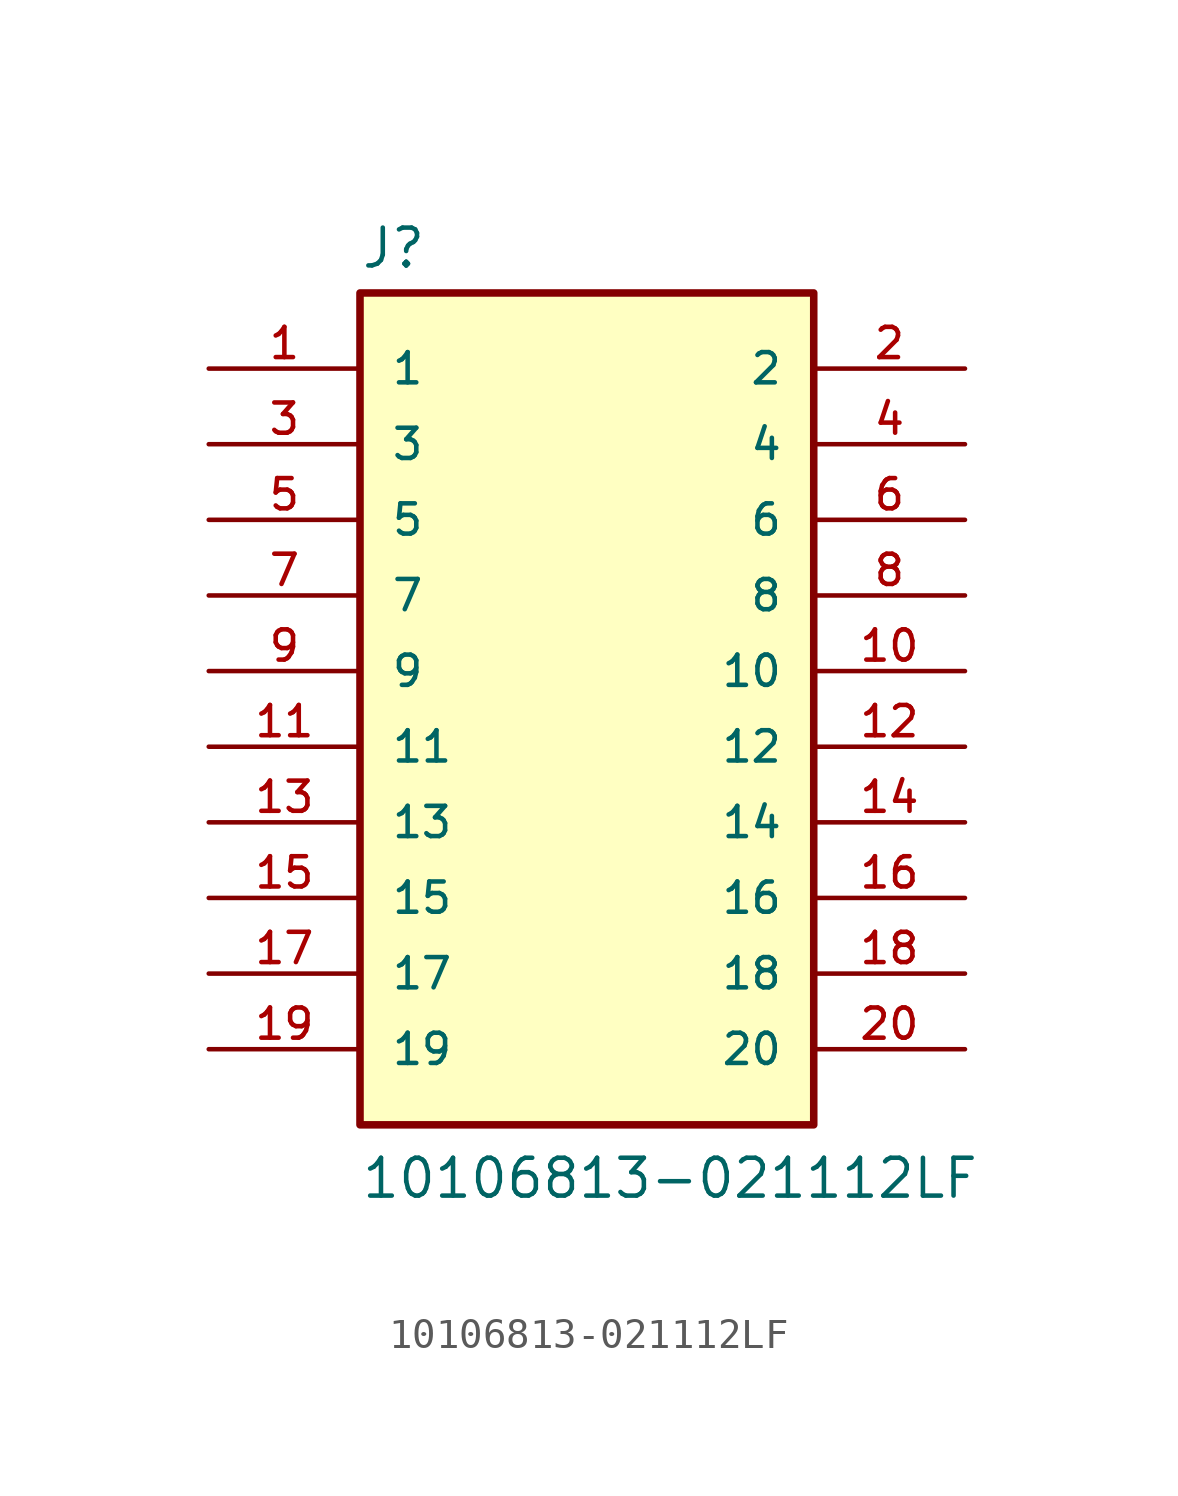
<source format=kicad_sym>
(kicad_symbol_lib
  (version 20211014)
  (generator kicad_symbol_editor)
  (symbol "10106813-021112LF"
    (pin_names
      (offset 1.016))
    (property "Reference" "J"
      (at -7.62 13.462 0)
      (effects (font (size 1.27 1.27)) (justify bottom left)))
    (property "Value" "10106813-021112LF"
      (at -7.62 -17.78 0)
      (effects (font (size 1.27 1.27)) (justify bottom left)))
    (symbol "10106813-021112LF_0_0"
      (rectangle (start -7.62 -15.24) (end 7.62 12.7) (stroke (width 0.254)) (fill (type background)))
      (pin passive line (at -12.7 10.16 0) (length 5.08) (name "1" (effects (font (size 1.016 1.016)))) (number "1" (effects (font (size 1.016 1.016)))))
      (pin passive line (at 12.7 10.16 180.0) (length 5.08) (name "2" (effects (font (size 1.016 1.016)))) (number "2" (effects (font (size 1.016 1.016)))))
      (pin passive line (at -12.7 7.62 0) (length 5.08) (name "3" (effects (font (size 1.016 1.016)))) (number "3" (effects (font (size 1.016 1.016)))))
      (pin passive line (at 12.7 7.62 180.0) (length 5.08) (name "4" (effects (font (size 1.016 1.016)))) (number "4" (effects (font (size 1.016 1.016)))))
      (pin passive line (at -12.7 5.08 0) (length 5.08) (name "5" (effects (font (size 1.016 1.016)))) (number "5" (effects (font (size 1.016 1.016)))))
      (pin passive line (at 12.7 5.08 180.0) (length 5.08) (name "6" (effects (font (size 1.016 1.016)))) (number "6" (effects (font (size 1.016 1.016)))))
      (pin passive line (at -12.7 2.54 0) (length 5.08) (name "7" (effects (font (size 1.016 1.016)))) (number "7" (effects (font (size 1.016 1.016)))))
      (pin passive line (at 12.7 2.54 180.0) (length 5.08) (name "8" (effects (font (size 1.016 1.016)))) (number "8" (effects (font (size 1.016 1.016)))))
      (pin passive line (at -12.7 0.0 0) (length 5.08) (name "9" (effects (font (size 1.016 1.016)))) (number "9" (effects (font (size 1.016 1.016)))))
      (pin passive line (at 12.7 0.0 180.0) (length 5.08) (name "10" (effects (font (size 1.016 1.016)))) (number "10" (effects (font (size 1.016 1.016)))))
      (pin passive line (at -12.7 -2.54 0) (length 5.08) (name "11" (effects (font (size 1.016 1.016)))) (number "11" (effects (font (size 1.016 1.016)))))
      (pin passive line (at 12.7 -2.54 180.0) (length 5.08) (name "12" (effects (font (size 1.016 1.016)))) (number "12" (effects (font (size 1.016 1.016)))))
      (pin passive line (at -12.7 -5.08 0) (length 5.08) (name "13" (effects (font (size 1.016 1.016)))) (number "13" (effects (font (size 1.016 1.016)))))
      (pin passive line (at 12.7 -5.08 180.0) (length 5.08) (name "14" (effects (font (size 1.016 1.016)))) (number "14" (effects (font (size 1.016 1.016)))))
      (pin passive line (at -12.7 -7.62 0) (length 5.08) (name "15" (effects (font (size 1.016 1.016)))) (number "15" (effects (font (size 1.016 1.016)))))
      (pin passive line (at 12.7 -7.62 180.0) (length 5.08) (name "16" (effects (font (size 1.016 1.016)))) (number "16" (effects (font (size 1.016 1.016)))))
      (pin passive line (at -12.7 -10.16 0) (length 5.08) (name "17" (effects (font (size 1.016 1.016)))) (number "17" (effects (font (size 1.016 1.016)))))
      (pin passive line (at 12.7 -10.16 180.0) (length 5.08) (name "18" (effects (font (size 1.016 1.016)))) (number "18" (effects (font (size 1.016 1.016)))))
      (pin passive line (at -12.7 -12.7 0) (length 5.08) (name "19" (effects (font (size 1.016 1.016)))) (number "19" (effects (font (size 1.016 1.016)))))
      (pin passive line (at 12.7 -12.7 180.0) (length 5.08) (name "20" (effects (font (size 1.016 1.016)))) (number "20" (effects (font (size 1.016 1.016))))))))
</source>
